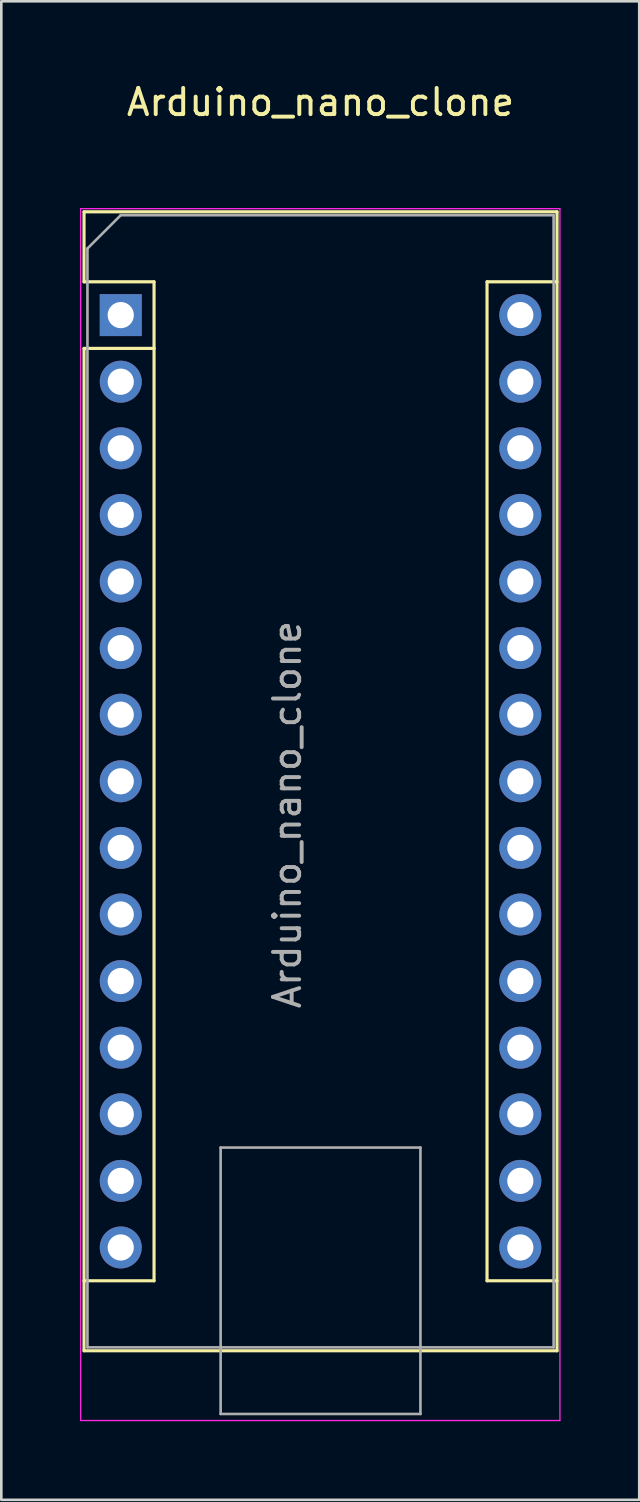
<source format=kicad_pcb>
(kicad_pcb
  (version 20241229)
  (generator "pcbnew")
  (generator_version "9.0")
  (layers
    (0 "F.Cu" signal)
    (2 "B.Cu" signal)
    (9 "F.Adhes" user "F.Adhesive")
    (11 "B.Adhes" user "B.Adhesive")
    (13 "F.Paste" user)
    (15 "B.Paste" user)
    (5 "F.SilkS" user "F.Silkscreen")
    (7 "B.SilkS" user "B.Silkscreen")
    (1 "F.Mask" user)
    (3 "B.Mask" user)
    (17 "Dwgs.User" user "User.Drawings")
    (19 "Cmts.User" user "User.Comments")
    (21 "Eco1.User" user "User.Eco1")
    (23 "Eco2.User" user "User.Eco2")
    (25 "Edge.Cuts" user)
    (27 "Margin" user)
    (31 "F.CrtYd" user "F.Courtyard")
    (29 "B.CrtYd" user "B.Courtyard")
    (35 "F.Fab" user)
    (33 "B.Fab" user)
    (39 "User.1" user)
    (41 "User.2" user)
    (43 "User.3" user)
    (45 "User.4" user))
  (footprint "Arduino_nano_clone"
    (layer "F.Cu")
    (at 9.175 1.348)
    (property "Reference" "Arduino_nano_clone" (at 0 -0.5 0) (unlocked yes) (layer "F.SilkS") (effects (font (size 1 1) (thickness 0.15))))
    (attr through_hole)
    (fp_line (start -9.02 3.68) (end -9.02 6.35) (stroke (width 0.12) (type solid)) (layer "F.SilkS"))
    (fp_line (start -9.02 8.89) (end -9.02 47.12) (stroke (width 0.12) (type solid)) (layer "F.SilkS"))
    (fp_line (start -9.02 47.12) (end 9.02 47.12) (stroke (width 0.12) (type solid)) (layer "F.SilkS"))
    (fp_line (start -6.35 6.35) (end -9.02 6.35) (stroke (width 0.12) (type solid)) (layer "F.SilkS"))
    (fp_line (start -6.35 8.89) (end -9.02 8.89) (stroke (width 0.12) (type solid)) (layer "F.SilkS"))
    (fp_line (start -6.35 8.89) (end -6.35 6.35) (stroke (width 0.12) (type solid)) (layer "F.SilkS"))
    (fp_line (start -6.35 8.89) (end -6.35 44.45) (stroke (width 0.12) (type solid)) (layer "F.SilkS"))
    (fp_line (start -6.35 44.45) (end -9.02 44.45) (stroke (width 0.12) (type solid)) (layer "F.SilkS"))
    (fp_line (start 6.35 6.35) (end 6.35 44.45) (stroke (width 0.12) (type solid)) (layer "F.SilkS"))
    (fp_line (start 6.35 6.35) (end 9.02 6.35) (stroke (width 0.12) (type solid)) (layer "F.SilkS"))
    (fp_line (start 6.35 44.45) (end 9.02 44.45) (stroke (width 0.12) (type solid)) (layer "F.SilkS"))
    (fp_line (start 9.02 3.68) (end -9.02 3.68) (stroke (width 0.12) (type solid)) (layer "F.SilkS"))
    (fp_line (start 9.02 47.12) (end 9.02 3.68) (stroke (width 0.12) (type solid)) (layer "F.SilkS"))
    (fp_line (start -9.15 3.56) (end -9.15 49.78) (stroke (width 0.05) (type solid)) (layer "F.CrtYd"))
    (fp_line (start -9.15 3.56) (end 9.13 3.56) (stroke (width 0.05) (type solid)) (layer "F.CrtYd"))
    (fp_line (start 9.13 49.78) (end -9.15 49.78) (stroke (width 0.05) (type solid)) (layer "F.CrtYd"))
    (fp_line (start 9.13 49.78) (end 9.13 3.56) (stroke (width 0.05) (type solid)) (layer "F.CrtYd"))
    (fp_line (start -8.89 5.08) (end -7.62 3.81) (stroke (width 0.1) (type solid)) (layer "F.Fab"))
    (fp_line (start -8.89 46.99) (end -8.89 5.08) (stroke (width 0.1) (type solid)) (layer "F.Fab"))
    (fp_line (start -7.62 3.81) (end 8.89 3.81) (stroke (width 0.1) (type solid)) (layer "F.Fab"))
    (fp_line (start -3.81 39.37) (end 3.81 39.37) (stroke (width 0.1) (type solid)) (layer "F.Fab"))
    (fp_line (start -3.81 49.53) (end -3.81 39.37) (stroke (width 0.1) (type solid)) (layer "F.Fab"))
    (fp_line (start 3.81 39.37) (end 3.81 49.53) (stroke (width 0.1) (type solid)) (layer "F.Fab"))
    (fp_line (start 3.81 49.53) (end -3.81 49.53) (stroke (width 0.1) (type solid)) (layer "F.Fab"))
    (fp_line (start 8.89 3.81) (end 8.89 46.99) (stroke (width 0.1) (type solid)) (layer "F.Fab"))
    (fp_line (start 8.89 46.99) (end -8.89 46.99) (stroke (width 0.1) (type solid)) (layer "F.Fab"))
    (fp_text user "${REFERENCE}" (at -1.27 26.67 90) (layer "F.Fab") (effects (font (size 1 1) (thickness 0.15))))
    (pad "1" thru_hole rect (at -7.62 7.62) (size 1.6 1.6) (drill 1) (layers "*.Cu" "*.Mask"))
    (pad "2" thru_hole oval (at -7.62 10.16) (size 1.6 1.6) (drill 1) (layers "*.Cu" "*.Mask"))
    (pad "3" thru_hole oval (at -7.62 12.7) (size 1.6 1.6) (drill 1) (layers "*.Cu" "*.Mask"))
    (pad "4" thru_hole oval (at -7.62 15.24) (size 1.6 1.6) (drill 1) (layers "*.Cu" "*.Mask"))
    (pad "5" thru_hole oval (at -7.62 17.78) (size 1.6 1.6) (drill 1) (layers "*.Cu" "*.Mask"))
    (pad "6" thru_hole oval (at -7.62 20.32) (size 1.6 1.6) (drill 1) (layers "*.Cu" "*.Mask"))
    (pad "7" thru_hole oval (at -7.62 22.86) (size 1.6 1.6) (drill 1) (layers "*.Cu" "*.Mask"))
    (pad "8" thru_hole oval (at -7.62 25.4) (size 1.6 1.6) (drill 1) (layers "*.Cu" "*.Mask"))
    (pad "9" thru_hole oval (at -7.62 27.94) (size 1.6 1.6) (drill 1) (layers "*.Cu" "*.Mask"))
    (pad "10" thru_hole oval (at -7.62 30.48) (size 1.6 1.6) (drill 1) (layers "*.Cu" "*.Mask"))
    (pad "11" thru_hole oval (at -7.62 33.02) (size 1.6 1.6) (drill 1) (layers "*.Cu" "*.Mask"))
    (pad "12" thru_hole oval (at -7.62 35.56) (size 1.6 1.6) (drill 1) (layers "*.Cu" "*.Mask"))
    (pad "13" thru_hole oval (at -7.62 38.1) (size 1.6 1.6) (drill 1) (layers "*.Cu" "*.Mask"))
    (pad "14" thru_hole oval (at -7.62 40.64) (size 1.6 1.6) (drill 1) (layers "*.Cu" "*.Mask"))
    (pad "15" thru_hole oval (at -7.62 43.18) (size 1.6 1.6) (drill 1) (layers "*.Cu" "*.Mask"))
    (pad "16" thru_hole oval (at 7.62 43.18) (size 1.6 1.6) (drill 1) (layers "*.Cu" "*.Mask"))
    (pad "17" thru_hole oval (at 7.62 40.64) (size 1.6 1.6) (drill 1) (layers "*.Cu" "*.Mask"))
    (pad "18" thru_hole oval (at 7.62 38.1) (size 1.6 1.6) (drill 1) (layers "*.Cu" "*.Mask"))
    (pad "19" thru_hole oval (at 7.62 35.56) (size 1.6 1.6) (drill 1) (layers "*.Cu" "*.Mask"))
    (pad "20" thru_hole oval (at 7.62 33.02) (size 1.6 1.6) (drill 1) (layers "*.Cu" "*.Mask"))
    (pad "21" thru_hole oval (at 7.62 30.48) (size 1.6 1.6) (drill 1) (layers "*.Cu" "*.Mask"))
    (pad "22" thru_hole oval (at 7.62 27.94) (size 1.6 1.6) (drill 1) (layers "*.Cu" "*.Mask"))
    (pad "23" thru_hole oval (at 7.62 25.4) (size 1.6 1.6) (drill 1) (layers "*.Cu" "*.Mask"))
    (pad "24" thru_hole oval (at 7.62 22.86) (size 1.6 1.6) (drill 1) (layers "*.Cu" "*.Mask"))
    (pad "25" thru_hole oval (at 7.62 20.32) (size 1.6 1.6) (drill 1) (layers "*.Cu" "*.Mask"))
    (pad "26" thru_hole oval (at 7.62 17.78) (size 1.6 1.6) (drill 1) (layers "*.Cu" "*.Mask"))
    (pad "27" thru_hole oval (at 7.62 15.24) (size 1.6 1.6) (drill 1) (layers "*.Cu" "*.Mask"))
    (pad "28" thru_hole oval (at 7.62 12.7) (size 1.6 1.6) (drill 1) (layers "*.Cu" "*.Mask"))
    (pad "29" thru_hole oval (at 7.62 10.16) (size 1.6 1.6) (drill 1) (layers "*.Cu" "*.Mask"))
    (pad "30" thru_hole oval (at 7.62 7.62) (size 1.6 1.6) (drill 1) (layers "*.Cu" "*.Mask")))
  (gr_rect
    (start -3 -3)
    (end 21.33 54.153)
    (stroke (width 0.1) (type default))
    (fill no)
    (layer "Edge.Cuts")))
</source>
